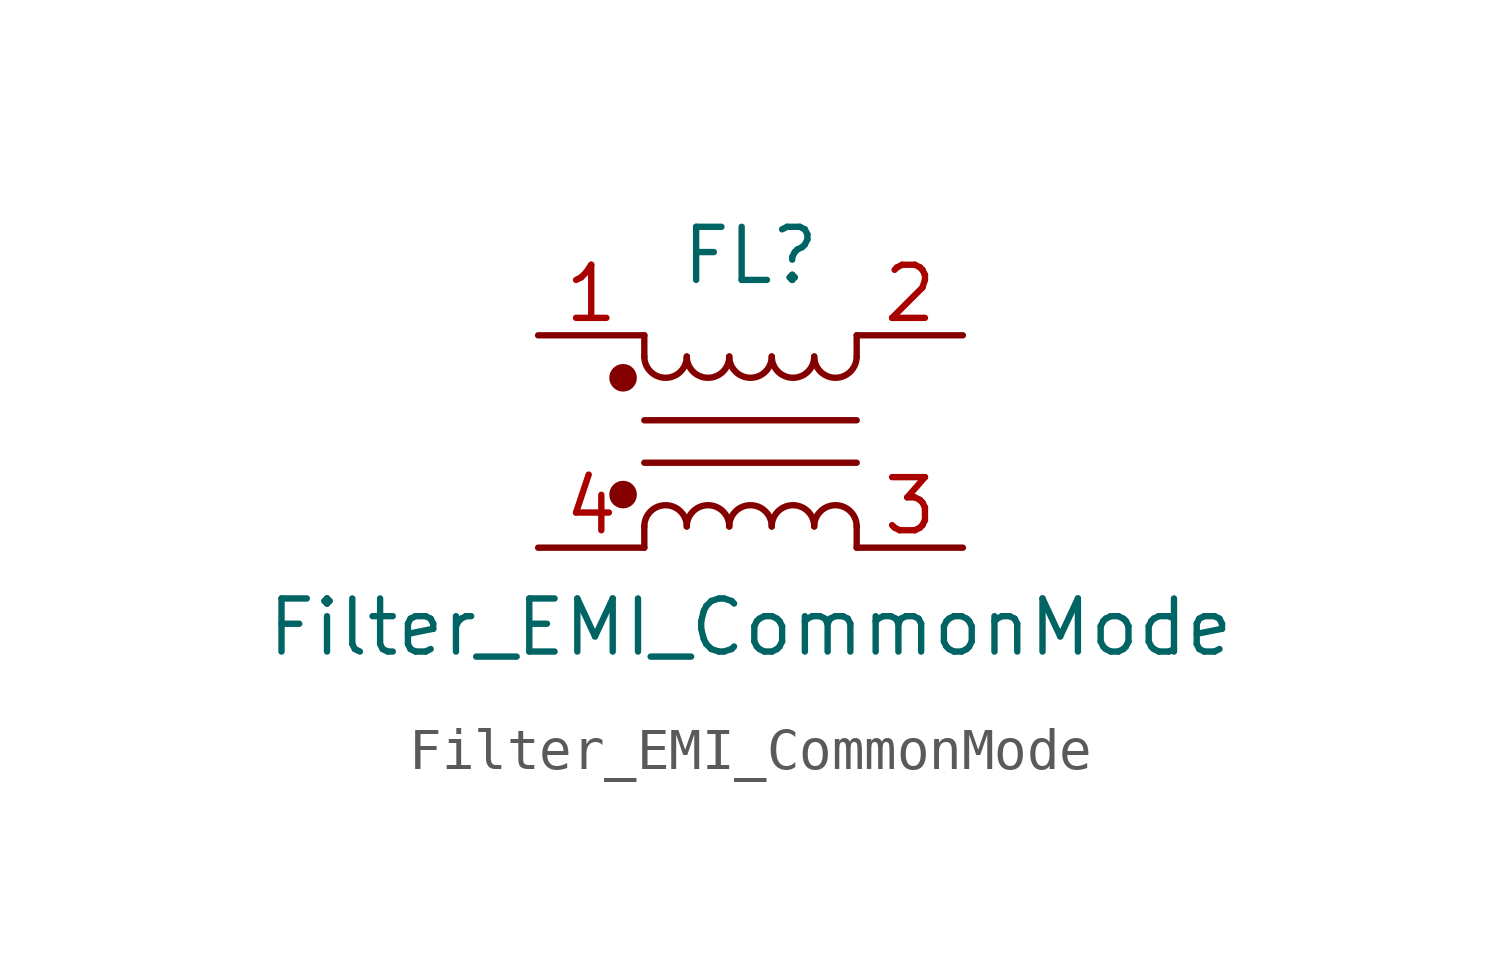
<source format=kicad_sym>
(kicad_symbol_lib
  (version 20220914)
  (generator kicad_symbol_editor)
  (symbol "Filter_EMI_CommonMode"
    (pin_names
      (offset 0.254) hide)
    (property "Reference" "FL"
      (at 0 4.445 0)
      (effects (font (size 1.27 1.27))))
    (property "Value" "Filter_EMI_CommonMode"
      (at 0 -4.445 0)
      (effects (font (size 1.27 1.27))))
    (symbol "Filter_EMI_CommonMode_0_1"
      (circle (center -3.048 -1.27) (radius 0.254) (stroke (width 0) (type default)) (fill (type outline)))
      (circle (center -3.048 1.524) (radius 0.254) (stroke (width 0) (type default)) (fill (type outline)))
      (arc (start -2.54 2.032) (mid -2.032 1.5262) (end -1.524 2.032) (stroke (width 0) (type default)) (fill (type none)))
      (arc (start -1.524 -2.032) (mid -2.032 -1.5262) (end -2.54 -2.032) (stroke (width 0) (type default)) (fill (type none)))
      (arc (start -1.524 2.032) (mid -1.016 1.5262) (end -0.508 2.032) (stroke (width 0) (type default)) (fill (type none)))
      (arc (start -0.508 -2.032) (mid -1.016 -1.5262) (end -1.524 -2.032) (stroke (width 0) (type default)) (fill (type none)))
      (arc (start -0.508 2.032) (mid 0 1.5262) (end 0.508 2.032) (stroke (width 0) (type default)) (fill (type none)))
      (polyline (pts (xy -2.54 -2.032) (xy -2.54 -2.54)) (stroke (width 0) (type default)) (fill (type none)))
      (polyline (pts (xy -2.54 0.508) (xy 2.54 0.508)) (stroke (width 0) (type default)) (fill (type none)))
      (polyline (pts (xy -2.54 2.032) (xy -2.54 2.54)) (stroke (width 0) (type default)) (fill (type none)))
      (polyline (pts (xy 2.54 -2.032) (xy 2.54 -2.54)) (stroke (width 0) (type default)) (fill (type none)))
      (polyline (pts (xy 2.54 -0.508) (xy -2.54 -0.508)) (stroke (width 0) (type default)) (fill (type none)))
      (polyline (pts (xy 2.54 2.54) (xy 2.54 2.032)) (stroke (width 0) (type default)) (fill (type none)))
      (arc (start 0.508 -2.032) (mid 0 -1.5262) (end -0.508 -2.032) (stroke (width 0) (type default)) (fill (type none)))
      (arc (start 0.508 2.032) (mid 1.016 1.5262) (end 1.524 2.032) (stroke (width 0) (type default)) (fill (type none)))
      (arc (start 1.524 -2.032) (mid 1.016 -1.5262) (end 0.508 -2.032) (stroke (width 0) (type default)) (fill (type none)))
      (arc (start 1.524 2.032) (mid 2.032 1.5262) (end 2.54 2.032) (stroke (width 0) (type default)) (fill (type none)))
      (arc (start 2.54 -2.032) (mid 2.032 -1.5262) (end 1.524 -2.032) (stroke (width 0) (type default)) (fill (type none))))
    (symbol "Filter_EMI_CommonMode_1_1"
      (pin passive line (at -5.08 2.54 0) (length 2.54) (name "1" (effects (font (size 1.27 1.27)))) (number "1" (effects (font (size 1.27 1.27)))))
      (pin passive line (at 5.08 2.54 180) (length 2.54) (name "2" (effects (font (size 1.27 1.27)))) (number "2" (effects (font (size 1.27 1.27)))))
      (pin passive line (at 5.08 -2.54 180) (length 2.54) (name "3" (effects (font (size 1.27 1.27)))) (number "3" (effects (font (size 1.27 1.27)))))
      (pin passive line (at -5.08 -2.54 0) (length 2.54) (name "4" (effects (font (size 1.27 1.27)))) (number "4" (effects (font (size 1.27 1.27))))))))
</source>
